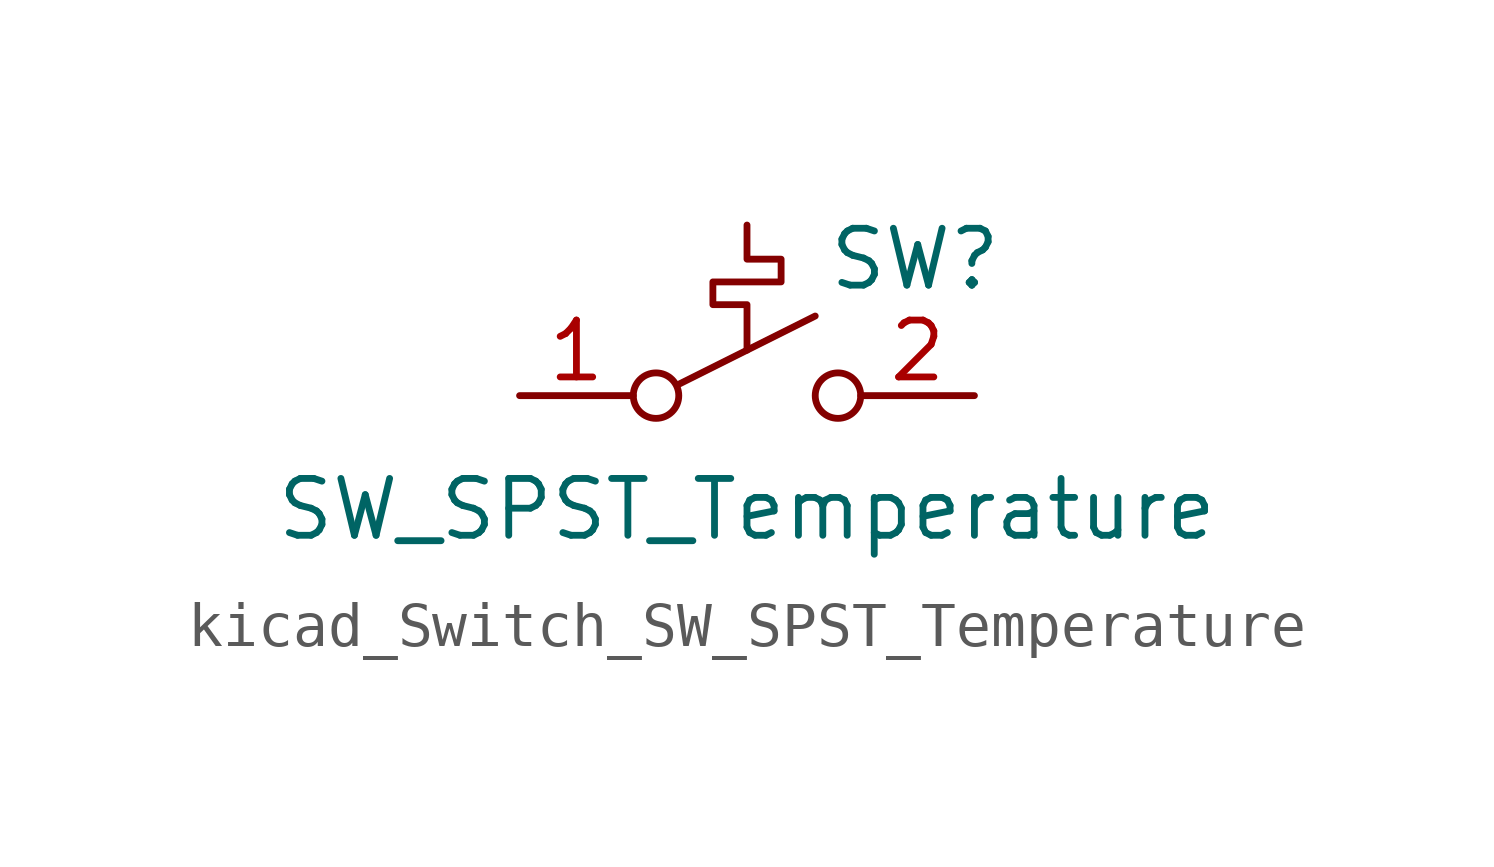
<source format=kicad_sym>
(kicad_symbol_lib
  (version 20220914)
  (generator kicad_symbol_editor)
  (symbol "kicad_Switch_SW_SPST_Temperature"
    (pin_names
      (offset 0) hide)
    (property "Reference" "SW"
      (at 1.778 3.048 0)
      (effects (font (size 1.27 1.27)) (justify left)))
    (property "Value" "SW_SPST_Temperature"
      (at 0 -2.54 0)
      (effects (font (size 1.27 1.27))))
    (symbol "kicad_Switch_SW_SPST_Temperature_0_0"
      (circle (center -2.032 0) (radius 0.508) (stroke (width 0) (type default)) (fill (type none)))
      (polyline (pts (xy -1.524 0.254) (xy 1.524 1.778)) (stroke (width 0) (type default)) (fill (type none)))
      (polyline (pts (xy 0 1.016) (xy 0 2.032) (xy -0.762 2.032) (xy -0.762 2.54) (xy 0.762 2.54) (xy 0.762 3.048) (xy 0 3.048) (xy 0 3.81)) (stroke (width 0) (type default)) (fill (type none)))
      (circle (center 2.032 0) (radius 0.508) (stroke (width 0) (type default)) (fill (type none))))
    (symbol "kicad_Switch_SW_SPST_Temperature_1_1"
      (pin passive line (at -5.08 0 0) (length 2.54) (name "A" (effects (font (size 1.27 1.27)))) (number "1" (effects (font (size 1.27 1.27)))))
      (pin passive line (at 5.08 0 180) (length 2.54) (name "B" (effects (font (size 1.27 1.27)))) (number "2" (effects (font (size 1.27 1.27))))))))
</source>
